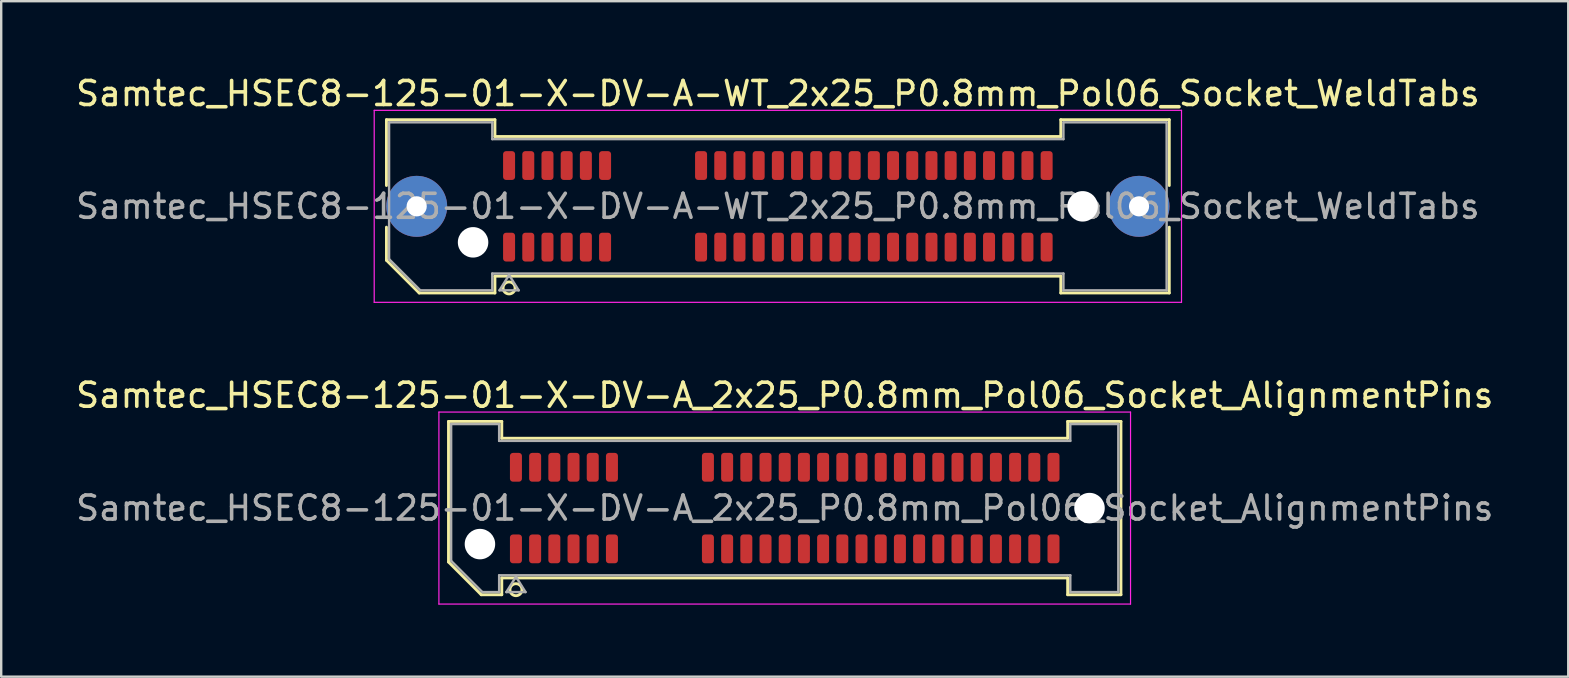
<source format=kicad_pcb>
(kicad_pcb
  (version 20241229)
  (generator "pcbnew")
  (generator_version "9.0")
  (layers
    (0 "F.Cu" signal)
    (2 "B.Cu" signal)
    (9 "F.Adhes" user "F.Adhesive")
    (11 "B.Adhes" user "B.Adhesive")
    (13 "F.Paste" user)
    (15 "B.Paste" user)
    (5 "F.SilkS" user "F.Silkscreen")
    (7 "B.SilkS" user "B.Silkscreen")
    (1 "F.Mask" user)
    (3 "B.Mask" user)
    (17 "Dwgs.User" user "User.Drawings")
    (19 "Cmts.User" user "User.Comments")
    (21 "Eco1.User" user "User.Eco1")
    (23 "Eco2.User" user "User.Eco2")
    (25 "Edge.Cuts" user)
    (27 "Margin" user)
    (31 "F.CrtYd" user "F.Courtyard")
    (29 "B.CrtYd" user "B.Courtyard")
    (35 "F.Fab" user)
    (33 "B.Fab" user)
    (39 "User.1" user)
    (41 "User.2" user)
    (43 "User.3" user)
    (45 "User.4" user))
  (footprint "Samtec_HSEC8-125-01-X-DV-A_2x25_P0.8mm_Pol06_Socket_AlignmentPins"
    (layer "F.Cu")
    (at 29.649 18.122)
    (property "Reference" "Samtec_HSEC8-125-01-X-DV-A_2x25_P0.8mm_Pol06_Socket_AlignmentPins" (at 0 -4.7 0) (layer "F.SilkS") (effects (font (size 1 1) (thickness 0.15))))
    (attr smd)
    (fp_line (start -14.01 -3.61) (end -11.79 -3.61) (stroke (width 0.12) (type solid)) (layer "F.SilkS"))
    (fp_line (start -14.01 2.246) (end -14.01 -3.61) (stroke (width 0.12) (type solid)) (layer "F.SilkS"))
    (fp_line (start -12.646 3.61) (end -14.01 2.246) (stroke (width 0.12) (type solid)) (layer "F.SilkS"))
    (fp_line (start -11.79 -3.61) (end -11.79 -2.91) (stroke (width 0.12) (type solid)) (layer "F.SilkS"))
    (fp_line (start -11.79 -2.91) (end 11.79 -2.91) (stroke (width 0.12) (type solid)) (layer "F.SilkS"))
    (fp_line (start -11.79 2.91) (end -11.79 3.61) (stroke (width 0.12) (type solid)) (layer "F.SilkS"))
    (fp_line (start -11.79 3.61) (end -12.646 3.61) (stroke (width 0.12) (type solid)) (layer "F.SilkS"))
    (fp_line (start 11.79 -3.61) (end 14.01 -3.61) (stroke (width 0.12) (type solid)) (layer "F.SilkS"))
    (fp_line (start 11.79 -2.91) (end 11.79 -3.61) (stroke (width 0.12) (type solid)) (layer "F.SilkS"))
    (fp_line (start 11.79 2.91) (end -11.79 2.91) (stroke (width 0.12) (type solid)) (layer "F.SilkS"))
    (fp_line (start 11.79 3.61) (end 11.79 2.91) (stroke (width 0.12) (type solid)) (layer "F.SilkS"))
    (fp_line (start 14.01 -3.61) (end 14.01 3.61) (stroke (width 0.12) (type solid)) (layer "F.SilkS"))
    (fp_line (start 14.01 3.61) (end 11.79 3.61) (stroke (width 0.12) (type solid)) (layer "F.SilkS"))
    (fp_circle (center -11.2 3.4) (end -10.95 3.4) (stroke (width 0.12) (type solid)) (fill no) (layer "F.SilkS"))
    (fp_line (start -14.41 -4) (end -14.41 4) (stroke (width 0.05) (type solid)) (layer "F.CrtYd"))
    (fp_line (start -14.41 4) (end 14.41 4) (stroke (width 0.05) (type solid)) (layer "F.CrtYd"))
    (fp_line (start 14.41 -4) (end -14.41 -4) (stroke (width 0.05) (type solid)) (layer "F.CrtYd"))
    (fp_line (start 14.41 4) (end 14.41 -4) (stroke (width 0.05) (type solid)) (layer "F.CrtYd"))
    (fp_line (start -13.9 -3.5) (end -11.9 -3.5) (stroke (width 0.1) (type solid)) (layer "F.Fab"))
    (fp_line (start -13.9 2.2) (end -13.9 -3.5) (stroke (width 0.1) (type solid)) (layer "F.Fab"))
    (fp_line (start -12.6 3.5) (end -13.9 2.2) (stroke (width 0.1) (type solid)) (layer "F.Fab"))
    (fp_line (start -11.9 -3.5) (end -11.9 -2.8) (stroke (width 0.1) (type solid)) (layer "F.Fab"))
    (fp_line (start -11.9 -2.8) (end 11.9 -2.8) (stroke (width 0.1) (type solid)) (layer "F.Fab"))
    (fp_line (start -11.9 2.8) (end -11.9 3.5) (stroke (width 0.1) (type solid)) (layer "F.Fab"))
    (fp_line (start -11.9 3.5) (end -12.6 3.5) (stroke (width 0.1) (type solid)) (layer "F.Fab"))
    (fp_line (start -11.6 3.5) (end -11.2 2.86) (stroke (width 0.1) (type solid)) (layer "F.Fab"))
    (fp_line (start -11.2 2.86) (end -10.8 3.5) (stroke (width 0.1) (type solid)) (layer "F.Fab"))
    (fp_line (start -10.8 3.5) (end -11.6 3.5) (stroke (width 0.1) (type solid)) (layer "F.Fab"))
    (fp_line (start 11.9 -3.5) (end 13.9 -3.5) (stroke (width 0.1) (type solid)) (layer "F.Fab"))
    (fp_line (start 11.9 -2.8) (end 11.9 -3.5) (stroke (width 0.1) (type solid)) (layer "F.Fab"))
    (fp_line (start 11.9 2.8) (end -11.9 2.8) (stroke (width 0.1) (type solid)) (layer "F.Fab"))
    (fp_line (start 11.9 3.5) (end 11.9 2.8) (stroke (width 0.1) (type solid)) (layer "F.Fab"))
    (fp_line (start 13.9 -3.5) (end 13.9 3.5) (stroke (width 0.1) (type solid)) (layer "F.Fab"))
    (fp_line (start 13.9 3.5) (end 11.9 3.5) (stroke (width 0.1) (type solid)) (layer "F.Fab"))
    (fp_text user "${REFERENCE}" (at 0 0 0) (layer "F.Fab") (effects (font (size 1 1) (thickness 0.15))))
    (pad "" np_thru_hole circle (at -12.7 1.5) (size 1.27 1.27) (drill 1.27) (layers "*.Cu" "*.Mask"))
    (pad "" np_thru_hole circle (at 12.7 0) (size 1.27 1.27) (drill 1.27) (layers "*.Cu" "*.Mask"))
    (pad "1" smd roundrect (at -11.2 1.7) (size 0.5 1.2) (layers "F.Cu" "F.Mask" "F.Paste") (roundrect_rratio 0.25))
    (pad "2" smd roundrect (at -11.2 -1.7) (size 0.5 1.2) (layers "F.Cu" "F.Mask" "F.Paste") (roundrect_rratio 0.25))
    (pad "3" smd roundrect (at -10.4 1.7) (size 0.5 1.2) (layers "F.Cu" "F.Mask" "F.Paste") (roundrect_rratio 0.25))
    (pad "4" smd roundrect (at -10.4 -1.7) (size 0.5 1.2) (layers "F.Cu" "F.Mask" "F.Paste") (roundrect_rratio 0.25))
    (pad "5" smd roundrect (at -9.6 1.7) (size 0.5 1.2) (layers "F.Cu" "F.Mask" "F.Paste") (roundrect_rratio 0.25))
    (pad "6" smd roundrect (at -9.6 -1.7) (size 0.5 1.2) (layers "F.Cu" "F.Mask" "F.Paste") (roundrect_rratio 0.25))
    (pad "7" smd roundrect (at -8.8 1.7) (size 0.5 1.2) (layers "F.Cu" "F.Mask" "F.Paste") (roundrect_rratio 0.25))
    (pad "8" smd roundrect (at -8.8 -1.7) (size 0.5 1.2) (layers "F.Cu" "F.Mask" "F.Paste") (roundrect_rratio 0.25))
    (pad "9" smd roundrect (at -8 1.7) (size 0.5 1.2) (layers "F.Cu" "F.Mask" "F.Paste") (roundrect_rratio 0.25))
    (pad "10" smd roundrect (at -8 -1.7) (size 0.5 1.2) (layers "F.Cu" "F.Mask" "F.Paste") (roundrect_rratio 0.25))
    (pad "11" smd roundrect (at -7.2 1.7) (size 0.5 1.2) (layers "F.Cu" "F.Mask" "F.Paste") (roundrect_rratio 0.25))
    (pad "12" smd roundrect (at -7.2 -1.7) (size 0.5 1.2) (layers "F.Cu" "F.Mask" "F.Paste") (roundrect_rratio 0.25))
    (pad "13" smd roundrect (at -3.2 1.7) (size 0.5 1.2) (layers "F.Cu" "F.Mask" "F.Paste") (roundrect_rratio 0.25))
    (pad "14" smd roundrect (at -3.2 -1.7) (size 0.5 1.2) (layers "F.Cu" "F.Mask" "F.Paste") (roundrect_rratio 0.25))
    (pad "15" smd roundrect (at -2.4 1.7) (size 0.5 1.2) (layers "F.Cu" "F.Mask" "F.Paste") (roundrect_rratio 0.25))
    (pad "16" smd roundrect (at -2.4 -1.7) (size 0.5 1.2) (layers "F.Cu" "F.Mask" "F.Paste") (roundrect_rratio 0.25))
    (pad "17" smd roundrect (at -1.6 1.7) (size 0.5 1.2) (layers "F.Cu" "F.Mask" "F.Paste") (roundrect_rratio 0.25))
    (pad "18" smd roundrect (at -1.6 -1.7) (size 0.5 1.2) (layers "F.Cu" "F.Mask" "F.Paste") (roundrect_rratio 0.25))
    (pad "19" smd roundrect (at -0.8 1.7) (size 0.5 1.2) (layers "F.Cu" "F.Mask" "F.Paste") (roundrect_rratio 0.25))
    (pad "20" smd roundrect (at -0.8 -1.7) (size 0.5 1.2) (layers "F.Cu" "F.Mask" "F.Paste") (roundrect_rratio 0.25))
    (pad "21" smd roundrect (at 0 1.7) (size 0.5 1.2) (layers "F.Cu" "F.Mask" "F.Paste") (roundrect_rratio 0.25))
    (pad "22" smd roundrect (at 0 -1.7) (size 0.5 1.2) (layers "F.Cu" "F.Mask" "F.Paste") (roundrect_rratio 0.25))
    (pad "23" smd roundrect (at 0.8 1.7) (size 0.5 1.2) (layers "F.Cu" "F.Mask" "F.Paste") (roundrect_rratio 0.25))
    (pad "24" smd roundrect (at 0.8 -1.7) (size 0.5 1.2) (layers "F.Cu" "F.Mask" "F.Paste") (roundrect_rratio 0.25))
    (pad "25" smd roundrect (at 1.6 1.7) (size 0.5 1.2) (layers "F.Cu" "F.Mask" "F.Paste") (roundrect_rratio 0.25))
    (pad "26" smd roundrect (at 1.6 -1.7) (size 0.5 1.2) (layers "F.Cu" "F.Mask" "F.Paste") (roundrect_rratio 0.25))
    (pad "27" smd roundrect (at 2.4 1.7) (size 0.5 1.2) (layers "F.Cu" "F.Mask" "F.Paste") (roundrect_rratio 0.25))
    (pad "28" smd roundrect (at 2.4 -1.7) (size 0.5 1.2) (layers "F.Cu" "F.Mask" "F.Paste") (roundrect_rratio 0.25))
    (pad "29" smd roundrect (at 3.2 1.7) (size 0.5 1.2) (layers "F.Cu" "F.Mask" "F.Paste") (roundrect_rratio 0.25))
    (pad "30" smd roundrect (at 3.2 -1.7) (size 0.5 1.2) (layers "F.Cu" "F.Mask" "F.Paste") (roundrect_rratio 0.25))
    (pad "31" smd roundrect (at 4 1.7) (size 0.5 1.2) (layers "F.Cu" "F.Mask" "F.Paste") (roundrect_rratio 0.25))
    (pad "32" smd roundrect (at 4 -1.7) (size 0.5 1.2) (layers "F.Cu" "F.Mask" "F.Paste") (roundrect_rratio 0.25))
    (pad "33" smd roundrect (at 4.8 1.7) (size 0.5 1.2) (layers "F.Cu" "F.Mask" "F.Paste") (roundrect_rratio 0.25))
    (pad "34" smd roundrect (at 4.8 -1.7) (size 0.5 1.2) (layers "F.Cu" "F.Mask" "F.Paste") (roundrect_rratio 0.25))
    (pad "35" smd roundrect (at 5.6 1.7) (size 0.5 1.2) (layers "F.Cu" "F.Mask" "F.Paste") (roundrect_rratio 0.25))
    (pad "36" smd roundrect (at 5.6 -1.7) (size 0.5 1.2) (layers "F.Cu" "F.Mask" "F.Paste") (roundrect_rratio 0.25))
    (pad "37" smd roundrect (at 6.4 1.7) (size 0.5 1.2) (layers "F.Cu" "F.Mask" "F.Paste") (roundrect_rratio 0.25))
    (pad "38" smd roundrect (at 6.4 -1.7) (size 0.5 1.2) (layers "F.Cu" "F.Mask" "F.Paste") (roundrect_rratio 0.25))
    (pad "39" smd roundrect (at 7.2 1.7) (size 0.5 1.2) (layers "F.Cu" "F.Mask" "F.Paste") (roundrect_rratio 0.25))
    (pad "40" smd roundrect (at 7.2 -1.7) (size 0.5 1.2) (layers "F.Cu" "F.Mask" "F.Paste") (roundrect_rratio 0.25))
    (pad "41" smd roundrect (at 8 1.7) (size 0.5 1.2) (layers "F.Cu" "F.Mask" "F.Paste") (roundrect_rratio 0.25))
    (pad "42" smd roundrect (at 8 -1.7) (size 0.5 1.2) (layers "F.Cu" "F.Mask" "F.Paste") (roundrect_rratio 0.25))
    (pad "43" smd roundrect (at 8.8 1.7) (size 0.5 1.2) (layers "F.Cu" "F.Mask" "F.Paste") (roundrect_rratio 0.25))
    (pad "44" smd roundrect (at 8.8 -1.7) (size 0.5 1.2) (layers "F.Cu" "F.Mask" "F.Paste") (roundrect_rratio 0.25))
    (pad "45" smd roundrect (at 9.6 1.7) (size 0.5 1.2) (layers "F.Cu" "F.Mask" "F.Paste") (roundrect_rratio 0.25))
    (pad "46" smd roundrect (at 9.6 -1.7) (size 0.5 1.2) (layers "F.Cu" "F.Mask" "F.Paste") (roundrect_rratio 0.25))
    (pad "47" smd roundrect (at 10.4 1.7) (size 0.5 1.2) (layers "F.Cu" "F.Mask" "F.Paste") (roundrect_rratio 0.25))
    (pad "48" smd roundrect (at 10.4 -1.7) (size 0.5 1.2) (layers "F.Cu" "F.Mask" "F.Paste") (roundrect_rratio 0.25))
    (pad "49" smd roundrect (at 11.2 1.7) (size 0.5 1.2) (layers "F.Cu" "F.Mask" "F.Paste") (roundrect_rratio 0.25))
    (pad "50" smd roundrect (at 11.2 -1.7) (size 0.5 1.2) (layers "F.Cu" "F.Mask" "F.Paste") (roundrect_rratio 0.25)))
  (footprint "Samtec_HSEC8-125-01-X-DV-A-WT_2x25_P0.8mm_Pol06_Socket_WeldTabs"
    (layer "F.Cu")
    (at 29.363 5.548)
    (property "Reference" "Samtec_HSEC8-125-01-X-DV-A-WT_2x25_P0.8mm_Pol06_Socket_WeldTabs" (at 0 -4.7 0) (layer "F.SilkS") (effects (font (size 1 1) (thickness 0.15))))
    (attr smd)
    (fp_line (start -16.31 -3.61) (end -11.79 -3.61) (stroke (width 0.12) (type solid)) (layer "F.SilkS"))
    (fp_line (start -16.31 -0.868) (end -16.31 -3.61) (stroke (width 0.12) (type solid)) (layer "F.SilkS"))
    (fp_line (start -16.31 2.246) (end -16.31 0.868) (stroke (width 0.12) (type solid)) (layer "F.SilkS"))
    (fp_line (start -14.946 3.61) (end -16.31 2.246) (stroke (width 0.12) (type solid)) (layer "F.SilkS"))
    (fp_line (start -11.79 -3.61) (end -11.79 -2.91) (stroke (width 0.12) (type solid)) (layer "F.SilkS"))
    (fp_line (start -11.79 -2.91) (end 11.79 -2.91) (stroke (width 0.12) (type solid)) (layer "F.SilkS"))
    (fp_line (start -11.79 2.91) (end -11.79 3.61) (stroke (width 0.12) (type solid)) (layer "F.SilkS"))
    (fp_line (start -11.79 3.61) (end -14.946 3.61) (stroke (width 0.12) (type solid)) (layer "F.SilkS"))
    (fp_line (start 11.79 -3.61) (end 16.31 -3.61) (stroke (width 0.12) (type solid)) (layer "F.SilkS"))
    (fp_line (start 11.79 -2.91) (end 11.79 -3.61) (stroke (width 0.12) (type solid)) (layer "F.SilkS"))
    (fp_line (start 11.79 2.91) (end -11.79 2.91) (stroke (width 0.12) (type solid)) (layer "F.SilkS"))
    (fp_line (start 11.79 3.61) (end 11.79 2.91) (stroke (width 0.12) (type solid)) (layer "F.SilkS"))
    (fp_line (start 16.31 -3.61) (end 16.31 -0.868) (stroke (width 0.12) (type solid)) (layer "F.SilkS"))
    (fp_line (start 16.31 0.868) (end 16.31 3.61) (stroke (width 0.12) (type solid)) (layer "F.SilkS"))
    (fp_line (start 16.31 3.61) (end 11.79 3.61) (stroke (width 0.12) (type solid)) (layer "F.SilkS"))
    (fp_circle (center -11.2 3.4) (end -10.95 3.4) (stroke (width 0.12) (type solid)) (fill no) (layer "F.SilkS"))
    (fp_line (start -16.82 -4) (end -16.82 4) (stroke (width 0.05) (type solid)) (layer "F.CrtYd"))
    (fp_line (start -16.82 4) (end 16.82 4) (stroke (width 0.05) (type solid)) (layer "F.CrtYd"))
    (fp_line (start 16.82 -4) (end -16.82 -4) (stroke (width 0.05) (type solid)) (layer "F.CrtYd"))
    (fp_line (start 16.82 4) (end 16.82 -4) (stroke (width 0.05) (type solid)) (layer "F.CrtYd"))
    (fp_line (start -16.2 -3.5) (end -11.9 -3.5) (stroke (width 0.1) (type solid)) (layer "F.Fab"))
    (fp_line (start -16.2 2.2) (end -16.2 -3.5) (stroke (width 0.1) (type solid)) (layer "F.Fab"))
    (fp_line (start -14.9 3.5) (end -16.2 2.2) (stroke (width 0.1) (type solid)) (layer "F.Fab"))
    (fp_line (start -11.9 -3.5) (end -11.9 -2.8) (stroke (width 0.1) (type solid)) (layer "F.Fab"))
    (fp_line (start -11.9 -2.8) (end 11.9 -2.8) (stroke (width 0.1) (type solid)) (layer "F.Fab"))
    (fp_line (start -11.9 2.8) (end -11.9 3.5) (stroke (width 0.1) (type solid)) (layer "F.Fab"))
    (fp_line (start -11.9 3.5) (end -14.9 3.5) (stroke (width 0.1) (type solid)) (layer "F.Fab"))
    (fp_line (start -11.6 3.5) (end -11.2 2.86) (stroke (width 0.1) (type solid)) (layer "F.Fab"))
    (fp_line (start -11.2 2.86) (end -10.8 3.5) (stroke (width 0.1) (type solid)) (layer "F.Fab"))
    (fp_line (start -10.8 3.5) (end -11.6 3.5) (stroke (width 0.1) (type solid)) (layer "F.Fab"))
    (fp_line (start 11.9 -3.5) (end 16.2 -3.5) (stroke (width 0.1) (type solid)) (layer "F.Fab"))
    (fp_line (start 11.9 -2.8) (end 11.9 -3.5) (stroke (width 0.1) (type solid)) (layer "F.Fab"))
    (fp_line (start 11.9 2.8) (end -11.9 2.8) (stroke (width 0.1) (type solid)) (layer "F.Fab"))
    (fp_line (start 11.9 3.5) (end 11.9 2.8) (stroke (width 0.1) (type solid)) (layer "F.Fab"))
    (fp_line (start 16.2 -3.5) (end 16.2 3.5) (stroke (width 0.1) (type solid)) (layer "F.Fab"))
    (fp_line (start 16.2 3.5) (end 11.9 3.5) (stroke (width 0.1) (type solid)) (layer "F.Fab"))
    (fp_text user "${REFERENCE}" (at 0 0 0) (layer "F.Fab") (effects (font (size 1 1) (thickness 0.15))))
    (pad "" thru_hole circle (at -15.05 0) (size 2.54 2.54) (drill 0.84) (layers "*.Cu" "*.Mask" "F.Paste"))
    (pad "" np_thru_hole circle (at -12.7 1.5) (size 1.27 1.27) (drill 1.27) (layers "*.Cu" "*.Mask"))
    (pad "" np_thru_hole circle (at 12.7 0) (size 1.27 1.27) (drill 1.27) (layers "*.Cu" "*.Mask"))
    (pad "" thru_hole circle (at 15.05 0) (size 2.54 2.54) (drill 0.84) (layers "*.Cu" "*.Mask" "F.Paste"))
    (pad "1" smd roundrect (at -11.2 1.7) (size 0.5 1.2) (layers "F.Cu" "F.Mask" "F.Paste") (roundrect_rratio 0.25))
    (pad "2" smd roundrect (at -11.2 -1.7) (size 0.5 1.2) (layers "F.Cu" "F.Mask" "F.Paste") (roundrect_rratio 0.25))
    (pad "3" smd roundrect (at -10.4 1.7) (size 0.5 1.2) (layers "F.Cu" "F.Mask" "F.Paste") (roundrect_rratio 0.25))
    (pad "4" smd roundrect (at -10.4 -1.7) (size 0.5 1.2) (layers "F.Cu" "F.Mask" "F.Paste") (roundrect_rratio 0.25))
    (pad "5" smd roundrect (at -9.6 1.7) (size 0.5 1.2) (layers "F.Cu" "F.Mask" "F.Paste") (roundrect_rratio 0.25))
    (pad "6" smd roundrect (at -9.6 -1.7) (size 0.5 1.2) (layers "F.Cu" "F.Mask" "F.Paste") (roundrect_rratio 0.25))
    (pad "7" smd roundrect (at -8.8 1.7) (size 0.5 1.2) (layers "F.Cu" "F.Mask" "F.Paste") (roundrect_rratio 0.25))
    (pad "8" smd roundrect (at -8.8 -1.7) (size 0.5 1.2) (layers "F.Cu" "F.Mask" "F.Paste") (roundrect_rratio 0.25))
    (pad "9" smd roundrect (at -8 1.7) (size 0.5 1.2) (layers "F.Cu" "F.Mask" "F.Paste") (roundrect_rratio 0.25))
    (pad "10" smd roundrect (at -8 -1.7) (size 0.5 1.2) (layers "F.Cu" "F.Mask" "F.Paste") (roundrect_rratio 0.25))
    (pad "11" smd roundrect (at -7.2 1.7) (size 0.5 1.2) (layers "F.Cu" "F.Mask" "F.Paste") (roundrect_rratio 0.25))
    (pad "12" smd roundrect (at -7.2 -1.7) (size 0.5 1.2) (layers "F.Cu" "F.Mask" "F.Paste") (roundrect_rratio 0.25))
    (pad "13" smd roundrect (at -3.2 1.7) (size 0.5 1.2) (layers "F.Cu" "F.Mask" "F.Paste") (roundrect_rratio 0.25))
    (pad "14" smd roundrect (at -3.2 -1.7) (size 0.5 1.2) (layers "F.Cu" "F.Mask" "F.Paste") (roundrect_rratio 0.25))
    (pad "15" smd roundrect (at -2.4 1.7) (size 0.5 1.2) (layers "F.Cu" "F.Mask" "F.Paste") (roundrect_rratio 0.25))
    (pad "16" smd roundrect (at -2.4 -1.7) (size 0.5 1.2) (layers "F.Cu" "F.Mask" "F.Paste") (roundrect_rratio 0.25))
    (pad "17" smd roundrect (at -1.6 1.7) (size 0.5 1.2) (layers "F.Cu" "F.Mask" "F.Paste") (roundrect_rratio 0.25))
    (pad "18" smd roundrect (at -1.6 -1.7) (size 0.5 1.2) (layers "F.Cu" "F.Mask" "F.Paste") (roundrect_rratio 0.25))
    (pad "19" smd roundrect (at -0.8 1.7) (size 0.5 1.2) (layers "F.Cu" "F.Mask" "F.Paste") (roundrect_rratio 0.25))
    (pad "20" smd roundrect (at -0.8 -1.7) (size 0.5 1.2) (layers "F.Cu" "F.Mask" "F.Paste") (roundrect_rratio 0.25))
    (pad "21" smd roundrect (at 0 1.7) (size 0.5 1.2) (layers "F.Cu" "F.Mask" "F.Paste") (roundrect_rratio 0.25))
    (pad "22" smd roundrect (at 0 -1.7) (size 0.5 1.2) (layers "F.Cu" "F.Mask" "F.Paste") (roundrect_rratio 0.25))
    (pad "23" smd roundrect (at 0.8 1.7) (size 0.5 1.2) (layers "F.Cu" "F.Mask" "F.Paste") (roundrect_rratio 0.25))
    (pad "24" smd roundrect (at 0.8 -1.7) (size 0.5 1.2) (layers "F.Cu" "F.Mask" "F.Paste") (roundrect_rratio 0.25))
    (pad "25" smd roundrect (at 1.6 1.7) (size 0.5 1.2) (layers "F.Cu" "F.Mask" "F.Paste") (roundrect_rratio 0.25))
    (pad "26" smd roundrect (at 1.6 -1.7) (size 0.5 1.2) (layers "F.Cu" "F.Mask" "F.Paste") (roundrect_rratio 0.25))
    (pad "27" smd roundrect (at 2.4 1.7) (size 0.5 1.2) (layers "F.Cu" "F.Mask" "F.Paste") (roundrect_rratio 0.25))
    (pad "28" smd roundrect (at 2.4 -1.7) (size 0.5 1.2) (layers "F.Cu" "F.Mask" "F.Paste") (roundrect_rratio 0.25))
    (pad "29" smd roundrect (at 3.2 1.7) (size 0.5 1.2) (layers "F.Cu" "F.Mask" "F.Paste") (roundrect_rratio 0.25))
    (pad "30" smd roundrect (at 3.2 -1.7) (size 0.5 1.2) (layers "F.Cu" "F.Mask" "F.Paste") (roundrect_rratio 0.25))
    (pad "31" smd roundrect (at 4 1.7) (size 0.5 1.2) (layers "F.Cu" "F.Mask" "F.Paste") (roundrect_rratio 0.25))
    (pad "32" smd roundrect (at 4 -1.7) (size 0.5 1.2) (layers "F.Cu" "F.Mask" "F.Paste") (roundrect_rratio 0.25))
    (pad "33" smd roundrect (at 4.8 1.7) (size 0.5 1.2) (layers "F.Cu" "F.Mask" "F.Paste") (roundrect_rratio 0.25))
    (pad "34" smd roundrect (at 4.8 -1.7) (size 0.5 1.2) (layers "F.Cu" "F.Mask" "F.Paste") (roundrect_rratio 0.25))
    (pad "35" smd roundrect (at 5.6 1.7) (size 0.5 1.2) (layers "F.Cu" "F.Mask" "F.Paste") (roundrect_rratio 0.25))
    (pad "36" smd roundrect (at 5.6 -1.7) (size 0.5 1.2) (layers "F.Cu" "F.Mask" "F.Paste") (roundrect_rratio 0.25))
    (pad "37" smd roundrect (at 6.4 1.7) (size 0.5 1.2) (layers "F.Cu" "F.Mask" "F.Paste") (roundrect_rratio 0.25))
    (pad "38" smd roundrect (at 6.4 -1.7) (size 0.5 1.2) (layers "F.Cu" "F.Mask" "F.Paste") (roundrect_rratio 0.25))
    (pad "39" smd roundrect (at 7.2 1.7) (size 0.5 1.2) (layers "F.Cu" "F.Mask" "F.Paste") (roundrect_rratio 0.25))
    (pad "40" smd roundrect (at 7.2 -1.7) (size 0.5 1.2) (layers "F.Cu" "F.Mask" "F.Paste") (roundrect_rratio 0.25))
    (pad "41" smd roundrect (at 8 1.7) (size 0.5 1.2) (layers "F.Cu" "F.Mask" "F.Paste") (roundrect_rratio 0.25))
    (pad "42" smd roundrect (at 8 -1.7) (size 0.5 1.2) (layers "F.Cu" "F.Mask" "F.Paste") (roundrect_rratio 0.25))
    (pad "43" smd roundrect (at 8.8 1.7) (size 0.5 1.2) (layers "F.Cu" "F.Mask" "F.Paste") (roundrect_rratio 0.25))
    (pad "44" smd roundrect (at 8.8 -1.7) (size 0.5 1.2) (layers "F.Cu" "F.Mask" "F.Paste") (roundrect_rratio 0.25))
    (pad "45" smd roundrect (at 9.6 1.7) (size 0.5 1.2) (layers "F.Cu" "F.Mask" "F.Paste") (roundrect_rratio 0.25))
    (pad "46" smd roundrect (at 9.6 -1.7) (size 0.5 1.2) (layers "F.Cu" "F.Mask" "F.Paste") (roundrect_rratio 0.25))
    (pad "47" smd roundrect (at 10.4 1.7) (size 0.5 1.2) (layers "F.Cu" "F.Mask" "F.Paste") (roundrect_rratio 0.25))
    (pad "48" smd roundrect (at 10.4 -1.7) (size 0.5 1.2) (layers "F.Cu" "F.Mask" "F.Paste") (roundrect_rratio 0.25))
    (pad "49" smd roundrect (at 11.2 1.7) (size 0.5 1.2) (layers "F.Cu" "F.Mask" "F.Paste") (roundrect_rratio 0.25))
    (pad "50" smd roundrect (at 11.2 -1.7) (size 0.5 1.2) (layers "F.Cu" "F.Mask" "F.Paste") (roundrect_rratio 0.25)))
  (gr_rect
    (start -3 -3)
    (end 62.298 25.146)
    (stroke (width 0.1) (type default))
    (fill no)
    (layer "Edge.Cuts")))
</source>
